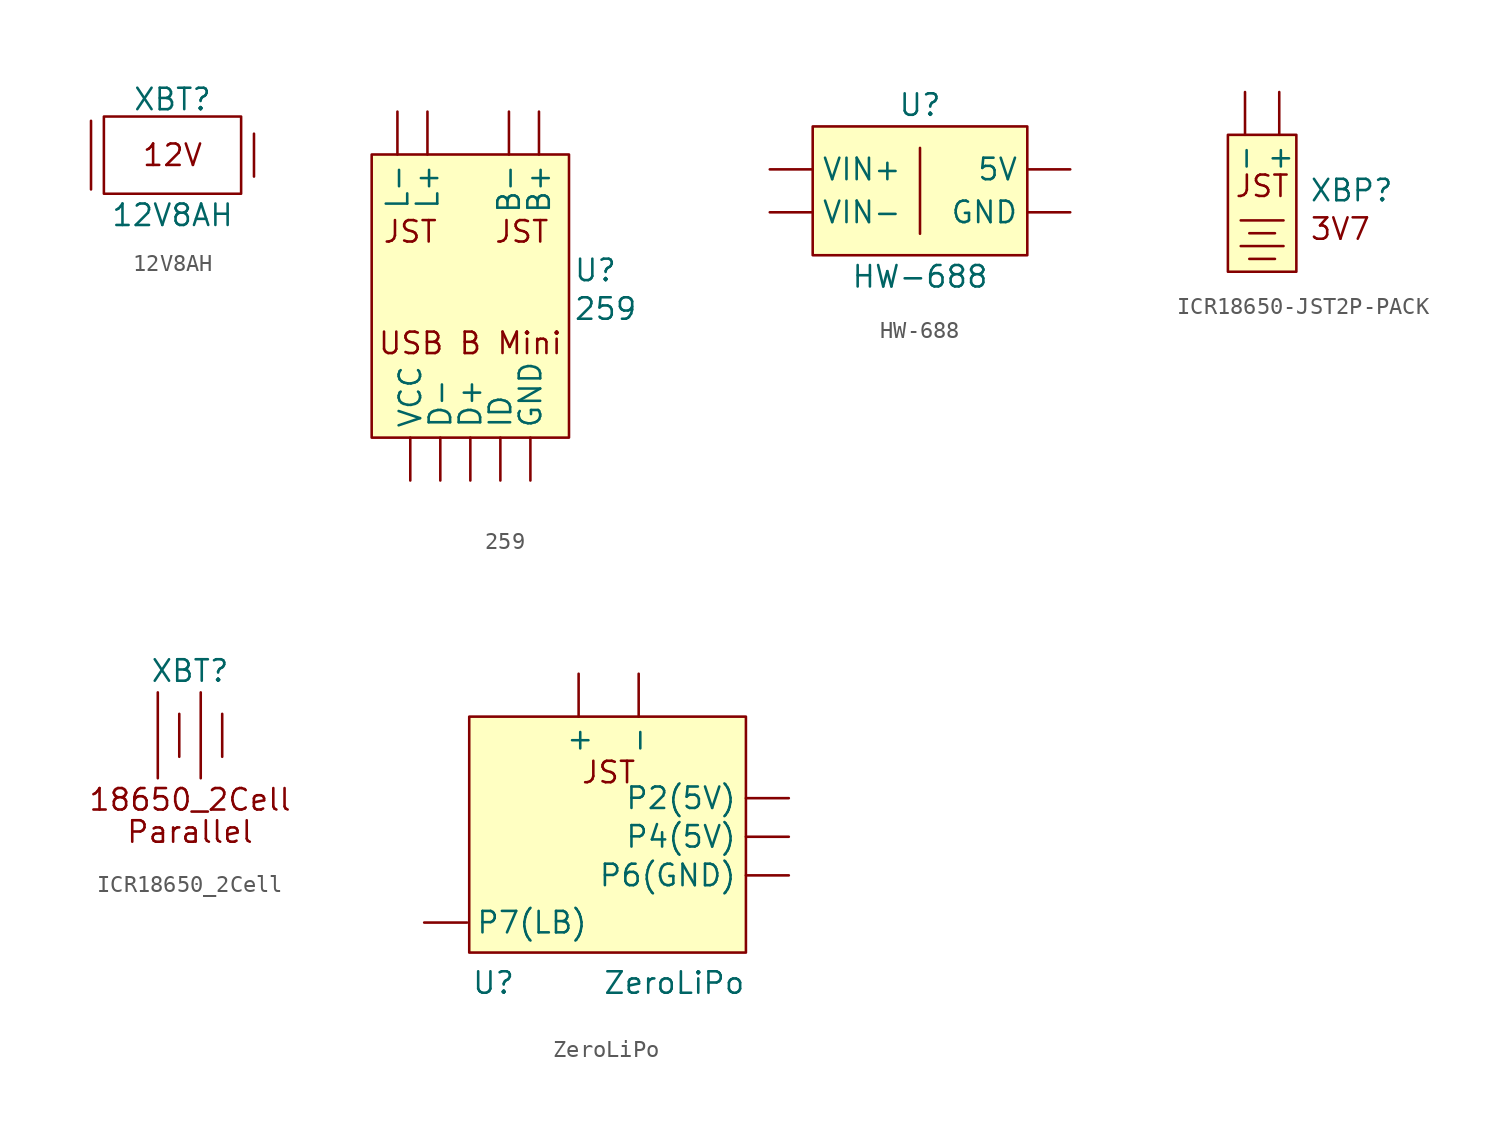
<source format=kicad_sym>
(kicad_symbol_lib
  (version 20211014)
  (generator kicad_symbol_editor)
  (symbol "12V8AH"
    (property "Reference" "XBT"
      (at 0 3.302 0)
      (effects (font (size 1.27 1.27))))
    (property "Value" "12V8AH"
      (at 0 -3.556 0)
      (effects (font (size 1.27 1.27))))
    (symbol "12V8AH_0_0"
      (polyline (pts (xy -4.826 2.032) (xy -4.826 -2.032)) (stroke (width 0) (type default) (color 0 0 0 0)) (fill (type none)))
      (polyline (pts (xy 4.826 1.27) (xy 4.826 -1.27)) (stroke (width 0) (type default) (color 0 0 0 0)) (fill (type none)))
      (text "12V" (at 0 0 0) (effects (font (size 1.27 1.27)))))
    (symbol "12V8AH_0_1"
      (rectangle (start -4.064 2.286) (end 4.064 -2.286) (stroke (width 0) (type default) (color 0 0 0 0)) (fill (type none))))
    (symbol "12V8AH_1_1"
      (pin power_out line (at 4.826 0 180) (length 0.635) hide (name "+" (effects (font (size 1.27 1.27)))) (number "" (effects (font (size 1.27 1.27)))))
      (pin power_out line (at -4.826 0 0) (length 0.635) hide (name "-" (effects (font (size 1.27 1.27)))) (number "" (effects (font (size 1.27 1.27)))))))
  (symbol "259"
    (property "Reference" "U"
      (at 6.096 1.016 0)
      (effects (font (size 1.27 1.27)) (justify left)))
    (property "Value" "259"
      (at 6.096 -1.27 0)
      (effects (font (size 1.27 1.27)) (justify left)))
    (symbol "259_0_0"
      (rectangle (start -5.842 7.874) (end 5.842 -8.89) (stroke (width 0) (type default) (color 0 0 0 0)) (fill (type background)))
      (text "JST" (at -3.556 3.302 0) (effects (font (size 1.27 1.27))))
      (text "JST" (at 3.048 3.302 0) (effects (font (size 1.27 1.27))))
      (text "USB B Mini" (at 0 -3.302 0) (effects (font (size 1.27 1.27)))))
    (symbol "259_1_1"
      (pin power_in line (at 4.064 10.414 270) (length 2.54) (name "B+" (effects (font (size 1.27 1.27)))) (number "" (effects (font (size 1.27 1.27)))))
      (pin power_in line (at 2.286 10.414 270) (length 2.54) (name "B-" (effects (font (size 1.27 1.27)))) (number "" (effects (font (size 1.27 1.27)))))
      (pin input line (at 0 -11.43 90) (length 2.54) (name "D+" (effects (font (size 1.27 1.27)))) (number "" (effects (font (size 1.27 1.27)))))
      (pin input line (at -1.778 -11.43 90) (length 2.54) (name "D-" (effects (font (size 1.27 1.27)))) (number "" (effects (font (size 1.27 1.27)))))
      (pin power_in line (at 3.556 -11.43 90) (length 2.54) (name "GND" (effects (font (size 1.27 1.27)))) (number "" (effects (font (size 1.27 1.27)))))
      (pin unspecified line (at 1.778 -11.43 90) (length 2.54) (name "ID" (effects (font (size 1.27 1.27)))) (number "" (effects (font (size 1.27 1.27)))))
      (pin power_out line (at -2.54 10.414 270) (length 2.54) (name "L+" (effects (font (size 1.27 1.27)))) (number "" (effects (font (size 1.27 1.27)))))
      (pin power_out line (at -4.318 10.414 270) (length 2.54) (name "L-" (effects (font (size 1.27 1.27)))) (number "" (effects (font (size 1.27 1.27)))))
      (pin power_in line (at -3.556 -11.43 90) (length 2.54) (name "VCC" (effects (font (size 1.27 1.27)))) (number "" (effects (font (size 1.27 1.27)))))))
  (symbol "HW-688"
    (property "Reference" "U"
      (at 0 5.08 0)
      (effects (font (size 1.27 1.27))))
    (property "Value" "HW-688"
      (at 0 -5.08 0)
      (effects (font (size 1.27 1.27))))
    (symbol "HW-688_0_1"
      (rectangle (start -6.35 3.81) (end 6.35 -3.81) (stroke (width 0) (type default) (color 0 0 0 0)) (fill (type background)))
      (polyline (pts (xy 0 2.54) (xy 0 -2.54)) (stroke (width 0) (type default) (color 0 0 0 0)) (fill (type none))))
    (symbol "HW-688_1_1"
      (pin power_out line (at 8.89 1.27 180) (length 2.54) (name "5V" (effects (font (size 1.27 1.27)))) (number "" (effects (font (size 1.27 1.27)))))
      (pin power_out line (at 8.89 -1.27 180) (length 2.54) (name "GND" (effects (font (size 1.27 1.27)))) (number "" (effects (font (size 1.27 1.27)))))
      (pin power_in line (at -8.89 1.27 0) (length 2.54) (name "VIN+" (effects (font (size 1.27 1.27)))) (number "" (effects (font (size 1.27 1.27)))))
      (pin power_in line (at -8.89 -1.27 0) (length 2.54) (name "VIN-" (effects (font (size 1.27 1.27)))) (number "" (effects (font (size 1.27 1.27)))))))
  (symbol "ICR18650-JST2P-PACK"
    (property "Reference" "XBP"
      (at 2.794 1.016 0)
      (effects (font (size 1.27 1.27)) (justify left)))
    (symbol "ICR18650-JST2P-PACK_0_0"
      (polyline (pts (xy 0.762 -3.048) (xy -0.762 -3.048)) (stroke (width 0) (type default) (color 0 0 0 0)) (fill (type none)))
      (polyline (pts (xy 0.762 -1.524) (xy -0.762 -1.524)) (stroke (width 0) (type default) (color 0 0 0 0)) (fill (type none)))
      (polyline (pts (xy 1.27 -2.286) (xy -1.27 -2.286)) (stroke (width 0) (type default) (color 0 0 0 0)) (fill (type none)))
      (polyline (pts (xy 1.27 -0.762) (xy -1.27 -0.762)) (stroke (width 0) (type default) (color 0 0 0 0)) (fill (type none)))
      (rectangle (start 2.032 4.318) (end -2.032 -3.81) (stroke (width 0) (type default) (color 0 0 0 0)) (fill (type background)))
      (text "3V7" (at 2.794 -1.27 0) (effects (font (size 1.27 1.27)) (justify left)))
      (text "JST" (at 0 1.27 0) (effects (font (size 1.27 1.27)))))
    (symbol "ICR18650-JST2P-PACK_1_1"
      (pin power_out line (at 1.016 6.858 270) (length 2.54) (name "+" (effects (font (size 1.27 1.27)))) (number "" (effects (font (size 1.27 1.27)))))
      (pin power_out line (at -1.016 6.858 270) (length 2.54) (name "-" (effects (font (size 1.27 1.27)))) (number "" (effects (font (size 1.27 1.27)))))))
  (symbol "ICR18650_2Cell"
    (property "Reference" "XBT"
      (at 0 3.81 0)
      (effects (font (size 1.27 1.27))))
    (symbol "ICR18650_2Cell_0_0"
      (text "18650_2Cell" (at 0 -3.81 0) (effects (font (size 1.27 1.27))))
      (text "Parallel" (at 0 -5.715 0) (effects (font (size 1.27 1.27)))))
    (symbol "ICR18650_2Cell_0_1"
      (polyline (pts (xy -1.905 2.54) (xy -1.905 -2.54)) (stroke (width 0) (type default) (color 0 0 0 0)) (fill (type none)))
      (polyline (pts (xy -0.635 1.27) (xy -0.635 -1.27)) (stroke (width 0) (type default) (color 0 0 0 0)) (fill (type none)))
      (polyline (pts (xy 0.635 2.54) (xy 0.635 -2.54)) (stroke (width 0) (type default) (color 0 0 0 0)) (fill (type none)))
      (polyline (pts (xy 1.905 1.27) (xy 1.905 -1.27)) (stroke (width 0) (type default) (color 0 0 0 0)) (fill (type none))))
    (symbol "ICR18650_2Cell_1_1"
      (pin power_out line (at 3.175 0 180) (length 2.54) hide (name "+" (effects (font (size 1.27 1.27)))) (number "" (effects (font (size 1.27 1.27)))))
      (pin power_out line (at -3.175 0 0) (length 2.54) hide (name "-" (effects (font (size 1.27 1.27)))) (number "" (effects (font (size 1.27 1.27)))))))
  (symbol "ZeroLiPo"
    (property "Reference" "U"
      (at -8.128 -9.652 0)
      (effects (font (size 1.27 1.27)) (justify left bottom)))
    (property "Value" "ZeroLiPo"
      (at 8.128 -9.652 0)
      (effects (font (size 1.27 1.27)) (justify right bottom)))
    (symbol "ZeroLiPo_0_0"
      (text "JST" (at 0 3.556 0) (effects (font (size 1.27 1.27)))))
    (symbol "ZeroLiPo_0_1"
      (rectangle (start -8.255 6.858) (end 8.128 -7.112) (stroke (width 0) (type default) (color 0 0 0 0)) (fill (type background))))
    (symbol "ZeroLiPo_1_1"
      (pin power_in line (at -1.778 9.398 270) (length 2.54) (name "+" (effects (font (size 1.27 1.27)))) (number "" (effects (font (size 1.27 1.27)))))
      (pin power_in line (at 1.778 9.398 270) (length 2.54) (name "-" (effects (font (size 1.27 1.27)))) (number "" (effects (font (size 1.27 1.27)))))
      (pin power_out line (at 10.668 2.032 180) (length 2.54) (name "P2(5V)" (effects (font (size 1.27 1.27)))) (number "" (effects (font (size 1.27 1.27)))))
      (pin power_out line (at 10.668 -0.254 180) (length 2.54) (name "P4(5V)" (effects (font (size 1.27 1.27)))) (number "" (effects (font (size 1.27 1.27)))))
      (pin power_out line (at 10.668 -2.54 180) (length 2.54) (name "P6(GND)" (effects (font (size 1.27 1.27)))) (number "" (effects (font (size 1.27 1.27)))))
      (pin output line (at -10.922 -5.334 0) (length 2.54) (name "P7(LB)" (effects (font (size 1.27 1.27)))) (number "" (effects (font (size 1.27 1.27))))))))
</source>
